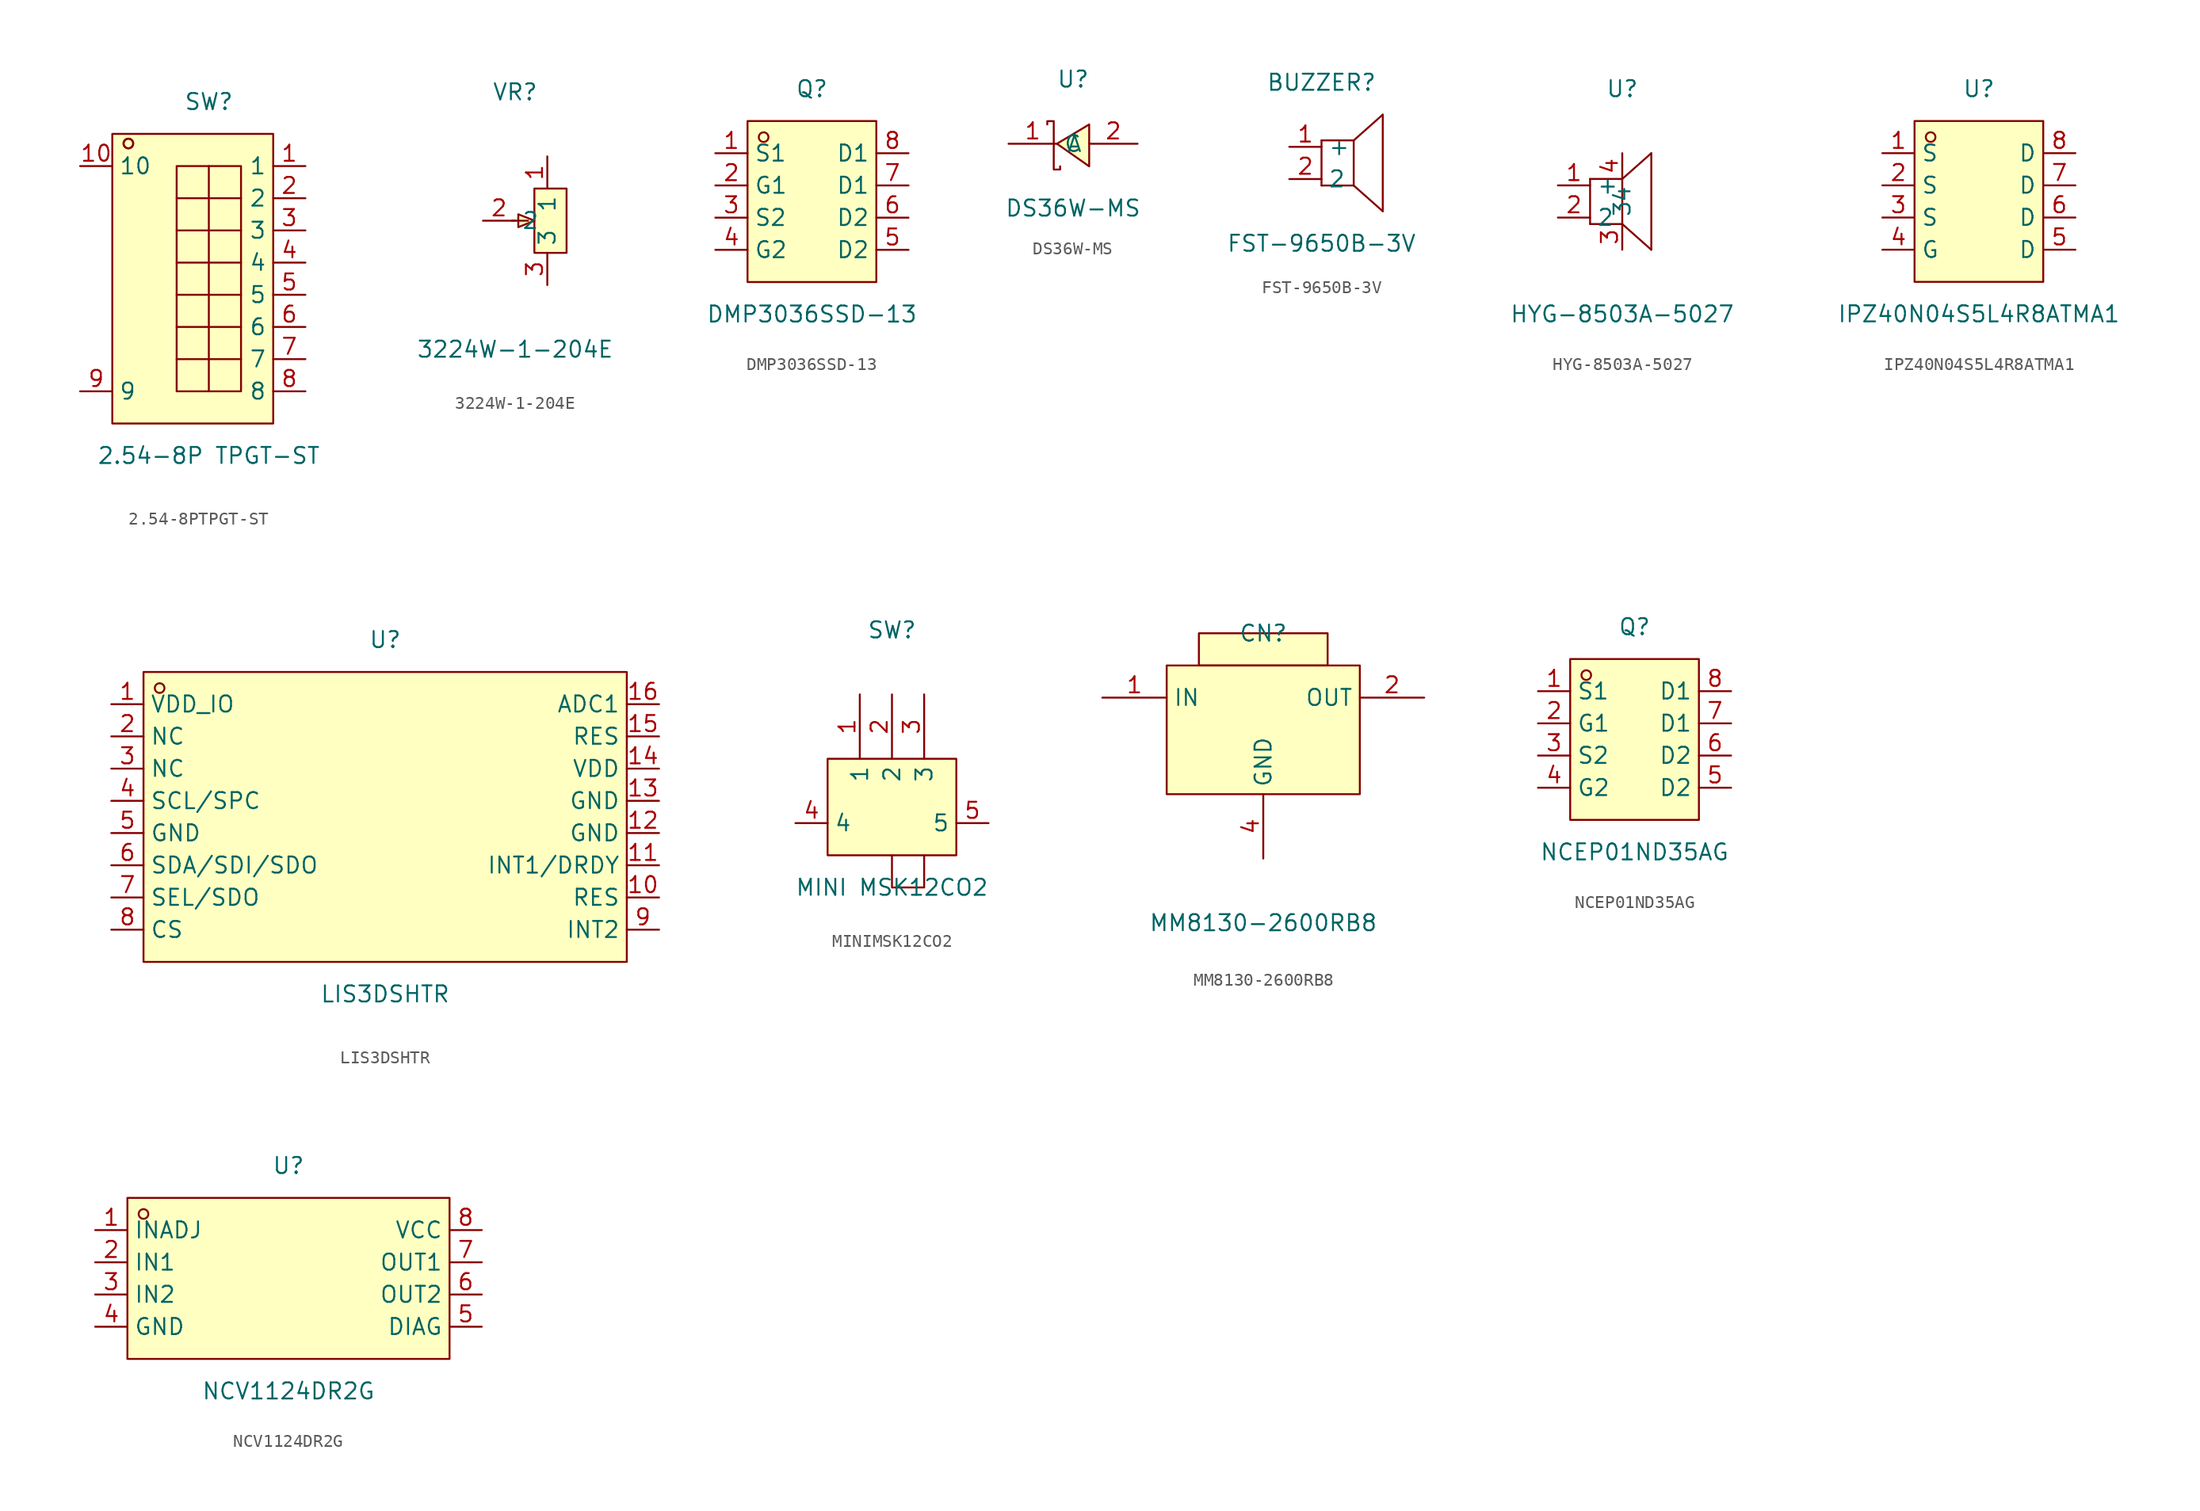
<source format=kicad_sym>
(kicad_symbol_lib
  (version 20231120)
  (generator "kicad_symbol_editor")
  (generator_version "8.0")
  (symbol "2.54-8PTPGT-ST"
    (property "Reference" "SW"
      (at 0 15.24 0)
      (effects (font (size 1.27 1.27))))
    (property "Value" "2.54-8P TPGT-ST"
      (at 0 -12.7 0)
      (effects (font (size 1.27 1.27))))
    (symbol "2.54-8PTPGT-ST_0_1"
      (rectangle (start -7.62 12.7) (end 5.08 -10.16) (stroke (width 0) (type default)) (fill (type background)))
      (circle (center -6.35 11.94) (radius 0.38) (stroke (width 0) (type default)) (fill (type none)))
      (circle (center -6.35 11.94) (radius 0.38) (stroke (width 0) (type default)) (fill (type none)))
      (polyline (pts (xy -2.54 -5.08) (xy 2.54 -5.08)) (stroke (width 0) (type default)) (fill (type none)))
      (polyline (pts (xy -2.54 -2.54) (xy 2.54 -2.54)) (stroke (width 0) (type default)) (fill (type none)))
      (polyline (pts (xy -2.54 0) (xy 2.54 0)) (stroke (width 0) (type default)) (fill (type none)))
      (polyline (pts (xy -2.54 2.54) (xy 2.54 2.54)) (stroke (width 0) (type default)) (fill (type none)))
      (polyline (pts (xy -2.54 5.08) (xy 2.54 5.08)) (stroke (width 0) (type default)) (fill (type none)))
      (polyline (pts (xy -2.54 7.62) (xy 2.54 7.62)) (stroke (width 0) (type default)) (fill (type none)))
      (polyline (pts (xy 0 10.16) (xy 0 -7.62)) (stroke (width 0) (type default)) (fill (type none)))
      (polyline (pts (xy -2.54 10.16) (xy 2.54 10.16) (xy 2.54 -7.62) (xy -2.54 -7.62) (xy -2.54 10.16)) (stroke (width 0) (type default)) (fill (type background)))
      (pin unspecified line (at 7.62 10.16 180) (length 2.54) (name "1" (effects (font (size 1.27 1.27)))) (number "1" (effects (font (size 1.27 1.27)))))
      (pin unspecified line (at -10.16 10.16 0) (length 2.54) (name "10" (effects (font (size 1.27 1.27)))) (number "10" (effects (font (size 1.27 1.27)))))
      (pin unspecified line (at 7.62 7.62 180) (length 2.54) (name "2" (effects (font (size 1.27 1.27)))) (number "2" (effects (font (size 1.27 1.27)))))
      (pin unspecified line (at 7.62 5.08 180) (length 2.54) (name "3" (effects (font (size 1.27 1.27)))) (number "3" (effects (font (size 1.27 1.27)))))
      (pin unspecified line (at 7.62 2.54 180) (length 2.54) (name "4" (effects (font (size 1.27 1.27)))) (number "4" (effects (font (size 1.27 1.27)))))
      (pin unspecified line (at 7.62 0 180) (length 2.54) (name "5" (effects (font (size 1.27 1.27)))) (number "5" (effects (font (size 1.27 1.27)))))
      (pin unspecified line (at 7.62 -2.54 180) (length 2.54) (name "6" (effects (font (size 1.27 1.27)))) (number "6" (effects (font (size 1.27 1.27)))))
      (pin unspecified line (at 7.62 -5.08 180) (length 2.54) (name "7" (effects (font (size 1.27 1.27)))) (number "7" (effects (font (size 1.27 1.27)))))
      (pin unspecified line (at 7.62 -7.62 180) (length 2.54) (name "8" (effects (font (size 1.27 1.27)))) (number "8" (effects (font (size 1.27 1.27)))))
      (pin unspecified line (at -10.16 -7.62 0) (length 2.54) (name "9" (effects (font (size 1.27 1.27)))) (number "9" (effects (font (size 1.27 1.27)))))))
  (symbol "3224W-1-204E"
    (property "Reference" "VR"
      (at 0 10.16 0)
      (effects (font (size 1.27 1.27))))
    (property "Value" "3224W-1-204E"
      (at 0 -10.16 0)
      (effects (font (size 1.27 1.27))))
    (symbol "3224W-1-204E_0_1"
      (polyline (pts (xy 1.02 0) (xy -0.25 0)) (stroke (width 0) (type default)) (fill (type none)))
      (polyline (pts (xy 1.52 0) (xy 0.25 -0.51) (xy 0.25 0.51) (xy 1.52 0)) (stroke (width 0) (type default)) (fill (type background)))
      (polyline (pts (xy 1.52 -2.54) (xy 1.52 2.54) (xy 4.06 2.54) (xy 4.06 -2.54) (xy 1.52 -2.54)) (stroke (width 0) (type default)) (fill (type background)))
      (pin input line (at 2.54 5.08 270) (length 2.54) (name "1" (effects (font (size 1.27 1.27)))) (number "1" (effects (font (size 1.27 1.27)))))
      (pin input line (at -2.54 0 0) (length 2.54) (name "2" (effects (font (size 1.27 1.27)))) (number "2" (effects (font (size 1.27 1.27)))))
      (pin input line (at 2.54 -5.08 90) (length 2.54) (name "3" (effects (font (size 1.27 1.27)))) (number "3" (effects (font (size 1.27 1.27)))))))
  (symbol "DMP3036SSD-13"
    (property "Reference" "Q"
      (at 0 8.89 0)
      (effects (font (size 1.27 1.27))))
    (property "Value" "DMP3036SSD-13"
      (at 0 -8.89 0)
      (effects (font (size 1.27 1.27))))
    (symbol "DMP3036SSD-13_0_1"
      (rectangle (start -5.08 6.35) (end 5.08 -6.35) (stroke (width 0) (type default)) (fill (type background)))
      (circle (center -3.81 5.08) (radius 0.38) (stroke (width 0) (type default)) (fill (type none)))
      (pin unspecified line (at -7.62 3.81 0) (length 2.54) (name "S1" (effects (font (size 1.27 1.27)))) (number "1" (effects (font (size 1.27 1.27)))))
      (pin unspecified line (at -7.62 1.27 0) (length 2.54) (name "G1" (effects (font (size 1.27 1.27)))) (number "2" (effects (font (size 1.27 1.27)))))
      (pin unspecified line (at -7.62 -1.27 0) (length 2.54) (name "S2" (effects (font (size 1.27 1.27)))) (number "3" (effects (font (size 1.27 1.27)))))
      (pin unspecified line (at -7.62 -3.81 0) (length 2.54) (name "G2" (effects (font (size 1.27 1.27)))) (number "4" (effects (font (size 1.27 1.27)))))
      (pin unspecified line (at 7.62 -3.81 180) (length 2.54) (name "D2" (effects (font (size 1.27 1.27)))) (number "5" (effects (font (size 1.27 1.27)))))
      (pin unspecified line (at 7.62 -1.27 180) (length 2.54) (name "D2" (effects (font (size 1.27 1.27)))) (number "6" (effects (font (size 1.27 1.27)))))
      (pin unspecified line (at 7.62 1.27 180) (length 2.54) (name "D1" (effects (font (size 1.27 1.27)))) (number "7" (effects (font (size 1.27 1.27)))))
      (pin unspecified line (at 7.62 3.81 180) (length 2.54) (name "D1" (effects (font (size 1.27 1.27)))) (number "8" (effects (font (size 1.27 1.27)))))))
  (symbol "DS36W-MS"
    (property "Reference" "U"
      (at 0 5.08 0)
      (effects (font (size 1.27 1.27))))
    (property "Value" "DS36W-MS"
      (at 0 -5.08 0)
      (effects (font (size 1.27 1.27))))
    (symbol "DS36W-MS_0_1"
      (polyline (pts (xy 1.27 1.52) (xy -1.27 0) (xy 1.27 -1.78) (xy 1.27 1.52)) (stroke (width 0) (type default)) (fill (type background)))
      (polyline (pts (xy -2.03 1.52) (xy -2.03 1.78) (xy -1.52 1.78) (xy -1.52 -2.03) (xy -1.02 -2.03) (xy -1.02 -1.78)) (stroke (width 0) (type default)) (fill (type none)))
      (pin unspecified line (at -5.08 0 0) (length 3.81) (name "C" (effects (font (size 1.27 1.27)))) (number "1" (effects (font (size 1.27 1.27)))))
      (pin unspecified line (at 5.08 0 180) (length 3.81) (name "A" (effects (font (size 1.27 1.27)))) (number "2" (effects (font (size 1.27 1.27)))))))
  (symbol "FST-9650B-3V"
    (property "Reference" "BUZZER"
      (at 0 7.62 0)
      (effects (font (size 1.27 1.27))))
    (property "Value" "FST-9650B-3V"
      (at 0 -5.08 0)
      (effects (font (size 1.27 1.27))))
    (symbol "FST-9650B-3V_0_1"
      (polyline (pts (xy 0 -0.51) (xy 2.54 -0.51)) (stroke (width 0) (type default)) (fill (type none)))
      (polyline (pts (xy 0 3.05) (xy 0 -0.51)) (stroke (width 0) (type default)) (fill (type none)))
      (polyline (pts (xy 0 3.05) (xy 2.54 3.05)) (stroke (width 0) (type default)) (fill (type none)))
      (polyline (pts (xy 2.54 -0.51) (xy 4.83 -2.54)) (stroke (width 0) (type default)) (fill (type none)))
      (polyline (pts (xy 2.54 3.05) (xy 2.54 -0.51)) (stroke (width 0) (type default)) (fill (type none)))
      (polyline (pts (xy 4.83 5.08) (xy 2.54 3.05)) (stroke (width 0) (type default)) (fill (type none)))
      (polyline (pts (xy 4.83 5.08) (xy 4.83 -2.54)) (stroke (width 0) (type default)) (fill (type none)))
      (pin unspecified line (at -2.54 2.54 0) (length 2.54) (name "+" (effects (font (size 1.27 1.27)))) (number "1" (effects (font (size 1.27 1.27)))))
      (pin unspecified line (at -2.54 0 0) (length 2.54) (name "2" (effects (font (size 1.27 1.27)))) (number "2" (effects (font (size 1.27 1.27)))))))
  (symbol "HYG-8503A-5027"
    (property "Reference" "U"
      (at 0 7.62 0)
      (effects (font (size 1.27 1.27))))
    (property "Value" "HYG-8503A-5027"
      (at 0 -10.16 0)
      (effects (font (size 1.27 1.27))))
    (symbol "HYG-8503A-5027_0_1"
      (polyline (pts (xy -2.54 -3.05) (xy 0 -3.05)) (stroke (width 0) (type default)) (fill (type none)))
      (polyline (pts (xy -2.54 0.51) (xy -2.54 -3.05)) (stroke (width 0) (type default)) (fill (type none)))
      (polyline (pts (xy -2.54 0.51) (xy 0 0.51)) (stroke (width 0) (type default)) (fill (type none)))
      (polyline (pts (xy 0 -3.05) (xy 2.29 -5.08)) (stroke (width 0) (type default)) (fill (type none)))
      (polyline (pts (xy 0 0.51) (xy 0 -3.05)) (stroke (width 0) (type default)) (fill (type none)))
      (polyline (pts (xy 2.29 2.54) (xy 0 0.51)) (stroke (width 0) (type default)) (fill (type none)))
      (polyline (pts (xy 2.29 2.54) (xy 2.29 -5.08)) (stroke (width 0) (type default)) (fill (type none)))
      (pin unspecified line (at -5.08 0 0) (length 2.54) (name "+" (effects (font (size 1.27 1.27)))) (number "1" (effects (font (size 1.27 1.27)))))
      (pin unspecified line (at -5.08 -2.54 0) (length 2.54) (name "2" (effects (font (size 1.27 1.27)))) (number "2" (effects (font (size 1.27 1.27)))))
      (pin unspecified line (at 0 -5.08 90) (length 2.032) (name "3" (effects (font (size 1.27 1.27)))) (number "3" (effects (font (size 1.27 1.27)))))
      (pin unspecified line (at 0 2.54 270) (length 2.032) (name "4" (effects (font (size 1.27 1.27)))) (number "4" (effects (font (size 1.27 1.27)))))))
  (symbol "IPZ40N04S5L4R8ATMA1"
    (property "Reference" "U"
      (at 0 8.89 0)
      (effects (font (size 1.27 1.27))))
    (property "Value" "IPZ40N04S5L4R8ATMA1"
      (at 0 -8.89 0)
      (effects (font (size 1.27 1.27))))
    (symbol "IPZ40N04S5L4R8ATMA1_0_1"
      (rectangle (start -5.08 6.35) (end 5.08 -6.35) (stroke (width 0) (type default)) (fill (type background)))
      (circle (center -3.81 5.08) (radius 0.38) (stroke (width 0) (type default)) (fill (type none)))
      (pin unspecified line (at -7.62 3.81 0) (length 2.54) (name "S" (effects (font (size 1.27 1.27)))) (number "1" (effects (font (size 1.27 1.27)))))
      (pin unspecified line (at -7.62 1.27 0) (length 2.54) (name "S" (effects (font (size 1.27 1.27)))) (number "2" (effects (font (size 1.27 1.27)))))
      (pin unspecified line (at -7.62 -1.27 0) (length 2.54) (name "S" (effects (font (size 1.27 1.27)))) (number "3" (effects (font (size 1.27 1.27)))))
      (pin unspecified line (at -7.62 -3.81 0) (length 2.54) (name "G" (effects (font (size 1.27 1.27)))) (number "4" (effects (font (size 1.27 1.27)))))
      (pin unspecified line (at 7.62 -3.81 180) (length 2.54) (name "D" (effects (font (size 1.27 1.27)))) (number "5" (effects (font (size 1.27 1.27)))))
      (pin unspecified line (at 7.62 -1.27 180) (length 2.54) (name "D" (effects (font (size 1.27 1.27)))) (number "6" (effects (font (size 1.27 1.27)))))
      (pin unspecified line (at 7.62 1.27 180) (length 2.54) (name "D" (effects (font (size 1.27 1.27)))) (number "7" (effects (font (size 1.27 1.27)))))
      (pin unspecified line (at 7.62 3.81 180) (length 2.54) (name "D" (effects (font (size 1.27 1.27)))) (number "8" (effects (font (size 1.27 1.27)))))))
  (symbol "LIS3DSHTR"
    (property "Reference" "U"
      (at 0 13.97 0)
      (effects (font (size 1.27 1.27))))
    (property "Value" "LIS3DSHTR"
      (at 0 -13.97 0)
      (effects (font (size 1.27 1.27))))
    (symbol "LIS3DSHTR_0_1"
      (rectangle (start -19.05 11.43) (end 19.05 -11.43) (stroke (width 0) (type default)) (fill (type background)))
      (circle (center -17.78 10.16) (radius 0.38) (stroke (width 0) (type default)) (fill (type none)))
      (pin unspecified line (at -21.59 8.89 0) (length 2.54) (name "VDD_IO" (effects (font (size 1.27 1.27)))) (number "1" (effects (font (size 1.27 1.27)))))
      (pin unspecified line (at 21.59 -6.35 180) (length 2.54) (name "RES" (effects (font (size 1.27 1.27)))) (number "10" (effects (font (size 1.27 1.27)))))
      (pin unspecified line (at 21.59 -3.81 180) (length 2.54) (name "INT1/DRDY" (effects (font (size 1.27 1.27)))) (number "11" (effects (font (size 1.27 1.27)))))
      (pin unspecified line (at 21.59 -1.27 180) (length 2.54) (name "GND" (effects (font (size 1.27 1.27)))) (number "12" (effects (font (size 1.27 1.27)))))
      (pin unspecified line (at 21.59 1.27 180) (length 2.54) (name "GND" (effects (font (size 1.27 1.27)))) (number "13" (effects (font (size 1.27 1.27)))))
      (pin unspecified line (at 21.59 3.81 180) (length 2.54) (name "VDD" (effects (font (size 1.27 1.27)))) (number "14" (effects (font (size 1.27 1.27)))))
      (pin unspecified line (at 21.59 6.35 180) (length 2.54) (name "RES" (effects (font (size 1.27 1.27)))) (number "15" (effects (font (size 1.27 1.27)))))
      (pin unspecified line (at 21.59 8.89 180) (length 2.54) (name "ADC1" (effects (font (size 1.27 1.27)))) (number "16" (effects (font (size 1.27 1.27)))))
      (pin unspecified line (at -21.59 6.35 0) (length 2.54) (name "NC" (effects (font (size 1.27 1.27)))) (number "2" (effects (font (size 1.27 1.27)))))
      (pin unspecified line (at -21.59 3.81 0) (length 2.54) (name "NC" (effects (font (size 1.27 1.27)))) (number "3" (effects (font (size 1.27 1.27)))))
      (pin unspecified line (at -21.59 1.27 0) (length 2.54) (name "SCL/SPC" (effects (font (size 1.27 1.27)))) (number "4" (effects (font (size 1.27 1.27)))))
      (pin unspecified line (at -21.59 -1.27 0) (length 2.54) (name "GND" (effects (font (size 1.27 1.27)))) (number "5" (effects (font (size 1.27 1.27)))))
      (pin unspecified line (at -21.59 -3.81 0) (length 2.54) (name "SDA/SDI/SDO" (effects (font (size 1.27 1.27)))) (number "6" (effects (font (size 1.27 1.27)))))
      (pin unspecified line (at -21.59 -6.35 0) (length 2.54) (name "SEL/SDO" (effects (font (size 1.27 1.27)))) (number "7" (effects (font (size 1.27 1.27)))))
      (pin unspecified line (at -21.59 -8.89 0) (length 2.54) (name "CS" (effects (font (size 1.27 1.27)))) (number "8" (effects (font (size 1.27 1.27)))))
      (pin unspecified line (at 21.59 -8.89 180) (length 2.54) (name "INT2" (effects (font (size 1.27 1.27)))) (number "9" (effects (font (size 1.27 1.27)))))))
  (symbol "MINIMSK12CO2"
    (property "Reference" "SW"
      (at 0 12.7 0)
      (effects (font (size 1.27 1.27))))
    (property "Value" "MINI MSK12CO2"
      (at 0 -7.62 0)
      (effects (font (size 1.27 1.27))))
    (symbol "MINIMSK12CO2_0_1"
      (rectangle (start -5.08 2.54) (end 5.08 -5.08) (stroke (width 0) (type default)) (fill (type background)))
      (polyline (pts (xy 0 -5.08) (xy 0 -7.62) (xy 2.54 -7.62) (xy 2.54 -5.08)) (stroke (width 0) (type default)) (fill (type none)))
      (pin unspecified line (at -2.54 7.62 270) (length 5.08) (name "1" (effects (font (size 1.27 1.27)))) (number "1" (effects (font (size 1.27 1.27)))))
      (pin unspecified line (at 0 7.62 270) (length 5.08) (name "2" (effects (font (size 1.27 1.27)))) (number "2" (effects (font (size 1.27 1.27)))))
      (pin unspecified line (at 2.54 7.62 270) (length 5.08) (name "3" (effects (font (size 1.27 1.27)))) (number "3" (effects (font (size 1.27 1.27)))))
      (pin unspecified line (at -7.62 -2.54 0) (length 2.54) (name "4" (effects (font (size 1.27 1.27)))) (number "4" (effects (font (size 1.27 1.27)))))
      (pin unspecified line (at 7.62 -2.54 180) (length 2.54) (name "5" (effects (font (size 1.27 1.27)))) (number "5" (effects (font (size 1.27 1.27)))))))
  (symbol "MM8130-2600RB8"
    (property "Reference" "CN"
      (at 0 8.89 0)
      (effects (font (size 1.27 1.27))))
    (property "Value" "MM8130-2600RB8"
      (at 0 -13.97 0)
      (effects (font (size 1.27 1.27))))
    (symbol "MM8130-2600RB8_0_1"
      (rectangle (start -7.62 6.35) (end 7.62 -3.81) (stroke (width 0) (type default) (color 0 0 0 0)) (fill (type background)))
      (rectangle (start -5.08 8.89) (end 5.08 6.35) (stroke (width 0) (type default) (color 0 0 0 0)) (fill (type background)))
      (pin unspecified line (at -12.70 3.81 0) (length 5.08) (name "IN" (effects (font (size 1.27 1.27)))) (number "1" (effects (font (size 1.27 1.27)))))
      (pin unspecified line (at 12.70 3.81 180) (length 5.08) (name "OUT" (effects (font (size 1.27 1.27)))) (number "2" (effects (font (size 1.27 1.27)))))
      (pin unspecified line (at 0.00 -8.89 90) (length 5.08) (name "GND" (effects (font (size 1.27 1.27)))) (number "4" (effects (font (size 1.27 1.27)))))))
  (symbol "NCEP01ND35AG"
    (property "Reference" "Q"
      (at 0 10.16 0)
      (effects (font (size 1.27 1.27))))
    (property "Value" "NCEP01ND35AG"
      (at 0 -7.62 0)
      (effects (font (size 1.27 1.27))))
    (symbol "NCEP01ND35AG_0_1"
      (rectangle (start -5.08 7.62) (end 5.08 -5.08) (stroke (width 0) (type default)) (fill (type background)))
      (circle (center -3.81 6.35) (radius 0.38) (stroke (width 0) (type default)) (fill (type none)))
      (pin unspecified line (at -7.62 5.08 0) (length 2.54) (name "S1" (effects (font (size 1.27 1.27)))) (number "1" (effects (font (size 1.27 1.27)))))
      (pin unspecified line (at -7.62 2.54 0) (length 2.54) (name "G1" (effects (font (size 1.27 1.27)))) (number "2" (effects (font (size 1.27 1.27)))))
      (pin unspecified line (at -7.62 0 0) (length 2.54) (name "S2" (effects (font (size 1.27 1.27)))) (number "3" (effects (font (size 1.27 1.27)))))
      (pin unspecified line (at -7.62 -2.54 0) (length 2.54) (name "G2" (effects (font (size 1.27 1.27)))) (number "4" (effects (font (size 1.27 1.27)))))
      (pin unspecified line (at 7.62 -2.54 180) (length 2.54) (name "D2" (effects (font (size 1.27 1.27)))) (number "5" (effects (font (size 1.27 1.27)))))
      (pin unspecified line (at 7.62 0 180) (length 2.54) (name "D2" (effects (font (size 1.27 1.27)))) (number "6" (effects (font (size 1.27 1.27)))))
      (pin unspecified line (at 7.62 2.54 180) (length 2.54) (name "D1" (effects (font (size 1.27 1.27)))) (number "7" (effects (font (size 1.27 1.27)))))
      (pin unspecified line (at 7.62 5.08 180) (length 2.54) (name "D1" (effects (font (size 1.27 1.27)))) (number "8" (effects (font (size 1.27 1.27)))))))
  (symbol "NCV1124DR2G"
    (property "Reference" "U"
      (at 0 8.89 0)
      (effects (font (size 1.27 1.27))))
    (property "Value" "NCV1124DR2G"
      (at 0 -8.89 0)
      (effects (font (size 1.27 1.27))))
    (symbol "NCV1124DR2G_0_1"
      (rectangle (start -12.7 6.35) (end 12.7 -6.35) (stroke (width 0) (type default)) (fill (type background)))
      (circle (center -11.43 5.08) (radius 0.38) (stroke (width 0) (type default)) (fill (type none)))
      (pin unspecified line (at -15.24 3.81 0) (length 2.54) (name "INADJ" (effects (font (size 1.27 1.27)))) (number "1" (effects (font (size 1.27 1.27)))))
      (pin unspecified line (at -15.24 1.27 0) (length 2.54) (name "IN1" (effects (font (size 1.27 1.27)))) (number "2" (effects (font (size 1.27 1.27)))))
      (pin unspecified line (at -15.24 -1.27 0) (length 2.54) (name "IN2" (effects (font (size 1.27 1.27)))) (number "3" (effects (font (size 1.27 1.27)))))
      (pin unspecified line (at -15.24 -3.81 0) (length 2.54) (name "GND" (effects (font (size 1.27 1.27)))) (number "4" (effects (font (size 1.27 1.27)))))
      (pin unspecified line (at 15.24 -3.81 180) (length 2.54) (name "DIAG" (effects (font (size 1.27 1.27)))) (number "5" (effects (font (size 1.27 1.27)))))
      (pin unspecified line (at 15.24 -1.27 180) (length 2.54) (name "OUT2" (effects (font (size 1.27 1.27)))) (number "6" (effects (font (size 1.27 1.27)))))
      (pin unspecified line (at 15.24 1.27 180) (length 2.54) (name "OUT1" (effects (font (size 1.27 1.27)))) (number "7" (effects (font (size 1.27 1.27)))))
      (pin unspecified line (at 15.24 3.81 180) (length 2.54) (name "VCC" (effects (font (size 1.27 1.27)))) (number "8" (effects (font (size 1.27 1.27))))))))
</source>
